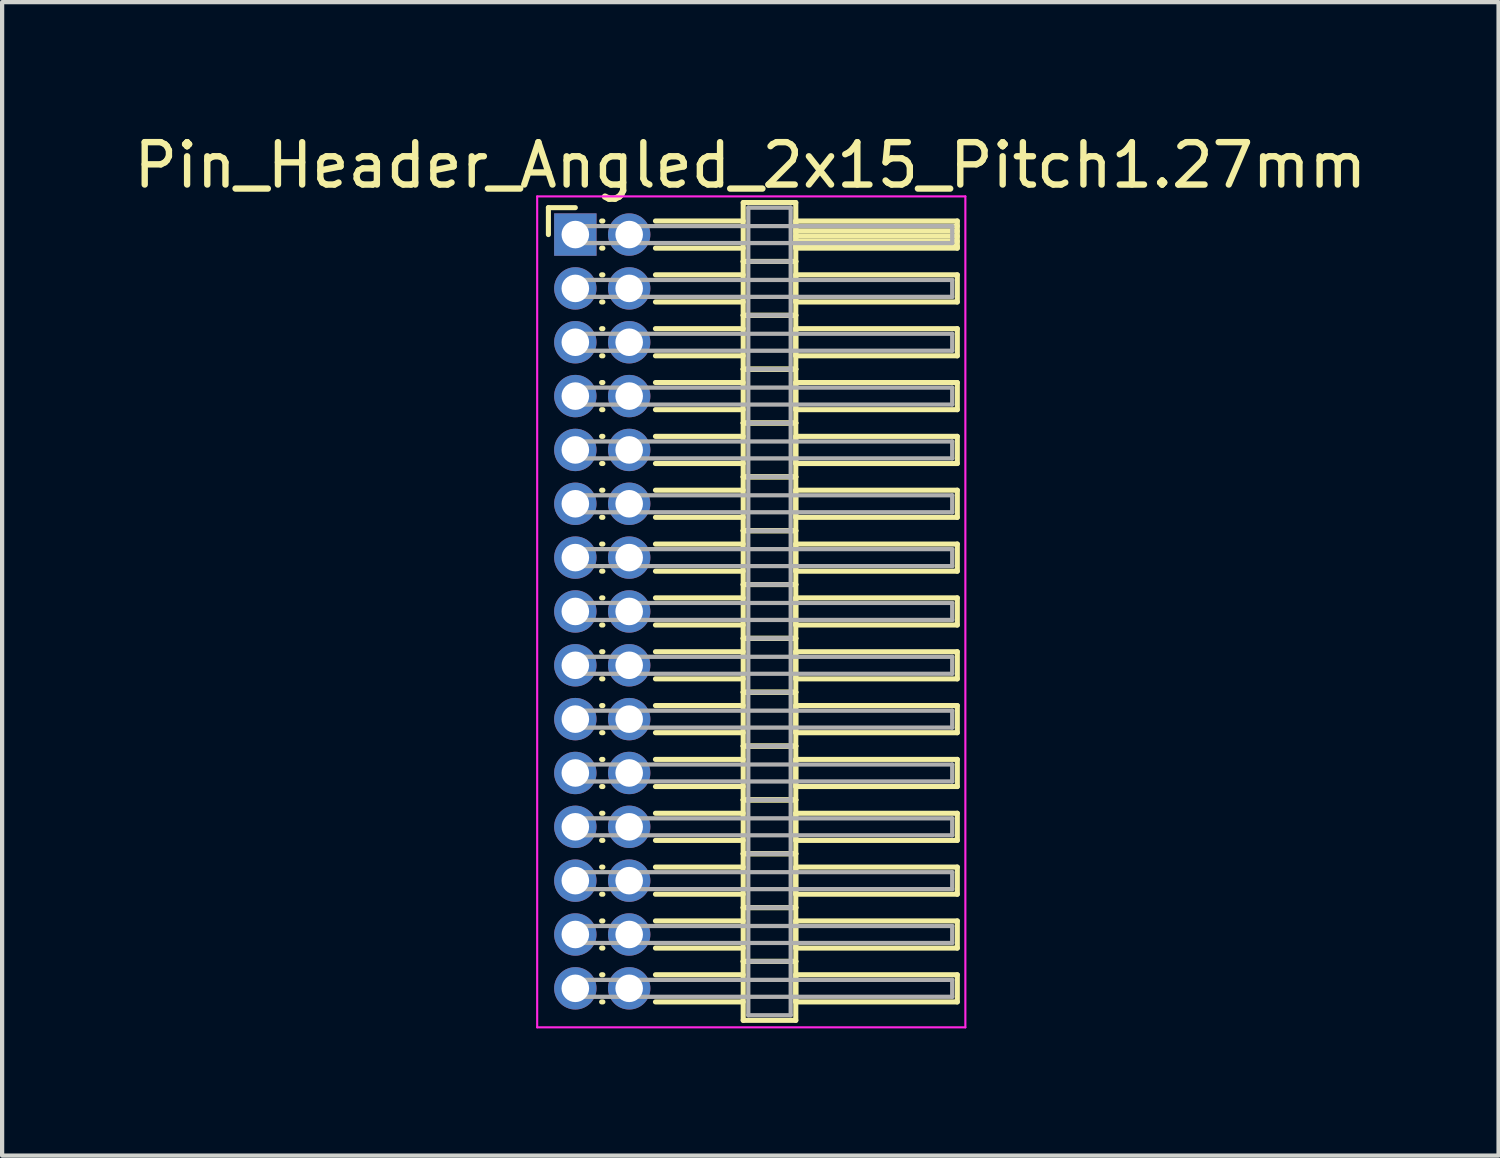
<source format=kicad_pcb>
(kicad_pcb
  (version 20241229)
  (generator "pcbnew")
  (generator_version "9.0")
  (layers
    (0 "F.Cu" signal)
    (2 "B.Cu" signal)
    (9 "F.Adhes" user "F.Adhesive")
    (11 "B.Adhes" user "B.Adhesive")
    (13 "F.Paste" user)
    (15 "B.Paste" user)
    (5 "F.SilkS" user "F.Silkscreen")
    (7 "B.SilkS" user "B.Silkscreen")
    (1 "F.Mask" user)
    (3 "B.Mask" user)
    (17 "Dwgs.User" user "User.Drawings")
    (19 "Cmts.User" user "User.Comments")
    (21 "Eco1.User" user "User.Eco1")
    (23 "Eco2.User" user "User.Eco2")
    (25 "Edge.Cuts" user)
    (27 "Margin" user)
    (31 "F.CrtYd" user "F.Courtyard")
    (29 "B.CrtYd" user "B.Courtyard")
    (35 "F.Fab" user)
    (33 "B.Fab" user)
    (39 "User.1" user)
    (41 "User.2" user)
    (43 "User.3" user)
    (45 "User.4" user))
  (footprint "Pin_Header_Angled_2x15_Pitch1.27mm"
    (layer "F.Cu")
    (at 10.521 2.483)
    (property "Reference" "Pin_Header_Angled_2x15_Pitch1.27mm" (at 4.128 -1.635 0) (layer "F.SilkS") (effects (font (size 1 1) (thickness 0.15))))
    (attr through_hole)
    (fp_line (start -0.635 -0.635) (end 0 -0.635) (stroke (width 0.12) (type solid)) (layer "F.SilkS"))
    (fp_line (start -0.635 0) (end -0.635 -0.635) (stroke (width 0.12) (type solid)) (layer "F.SilkS"))
    (fp_line (start 0.62 -0.32) (end 0.65 -0.32) (stroke (width 0.12) (type solid)) (layer "F.SilkS"))
    (fp_line (start 0.62 0.32) (end 0.65 0.32) (stroke (width 0.12) (type solid)) (layer "F.SilkS"))
    (fp_line (start 0.62 0.95) (end 0.65 0.95) (stroke (width 0.12) (type solid)) (layer "F.SilkS"))
    (fp_line (start 0.62 1.59) (end 0.65 1.59) (stroke (width 0.12) (type solid)) (layer "F.SilkS"))
    (fp_line (start 0.62 2.22) (end 0.65 2.22) (stroke (width 0.12) (type solid)) (layer "F.SilkS"))
    (fp_line (start 0.62 2.86) (end 0.65 2.86) (stroke (width 0.12) (type solid)) (layer "F.SilkS"))
    (fp_line (start 0.62 3.49) (end 0.65 3.49) (stroke (width 0.12) (type solid)) (layer "F.SilkS"))
    (fp_line (start 0.62 4.13) (end 0.65 4.13) (stroke (width 0.12) (type solid)) (layer "F.SilkS"))
    (fp_line (start 0.62 4.76) (end 0.65 4.76) (stroke (width 0.12) (type solid)) (layer "F.SilkS"))
    (fp_line (start 0.62 5.4) (end 0.65 5.4) (stroke (width 0.12) (type solid)) (layer "F.SilkS"))
    (fp_line (start 0.62 6.03) (end 0.65 6.03) (stroke (width 0.12) (type solid)) (layer "F.SilkS"))
    (fp_line (start 0.62 6.67) (end 0.65 6.67) (stroke (width 0.12) (type solid)) (layer "F.SilkS"))
    (fp_line (start 0.62 7.3) (end 0.65 7.3) (stroke (width 0.12) (type solid)) (layer "F.SilkS"))
    (fp_line (start 0.62 7.94) (end 0.65 7.94) (stroke (width 0.12) (type solid)) (layer "F.SilkS"))
    (fp_line (start 0.62 8.57) (end 0.65 8.57) (stroke (width 0.12) (type solid)) (layer "F.SilkS"))
    (fp_line (start 0.62 9.21) (end 0.65 9.21) (stroke (width 0.12) (type solid)) (layer "F.SilkS"))
    (fp_line (start 0.62 9.84) (end 0.65 9.84) (stroke (width 0.12) (type solid)) (layer "F.SilkS"))
    (fp_line (start 0.62 10.48) (end 0.65 10.48) (stroke (width 0.12) (type solid)) (layer "F.SilkS"))
    (fp_line (start 0.62 11.11) (end 0.65 11.11) (stroke (width 0.12) (type solid)) (layer "F.SilkS"))
    (fp_line (start 0.62 11.75) (end 0.65 11.75) (stroke (width 0.12) (type solid)) (layer "F.SilkS"))
    (fp_line (start 0.62 12.38) (end 0.65 12.38) (stroke (width 0.12) (type solid)) (layer "F.SilkS"))
    (fp_line (start 0.62 13.02) (end 0.65 13.02) (stroke (width 0.12) (type solid)) (layer "F.SilkS"))
    (fp_line (start 0.62 13.65) (end 0.65 13.65) (stroke (width 0.12) (type solid)) (layer "F.SilkS"))
    (fp_line (start 0.62 14.29) (end 0.65 14.29) (stroke (width 0.12) (type solid)) (layer "F.SilkS"))
    (fp_line (start 0.62 14.92) (end 0.65 14.92) (stroke (width 0.12) (type solid)) (layer "F.SilkS"))
    (fp_line (start 0.62 15.56) (end 0.65 15.56) (stroke (width 0.12) (type solid)) (layer "F.SilkS"))
    (fp_line (start 0.62 16.19) (end 0.65 16.19) (stroke (width 0.12) (type solid)) (layer "F.SilkS"))
    (fp_line (start 0.62 16.83) (end 0.65 16.83) (stroke (width 0.12) (type solid)) (layer "F.SilkS"))
    (fp_line (start 0.62 17.46) (end 0.65 17.46) (stroke (width 0.12) (type solid)) (layer "F.SilkS"))
    (fp_line (start 0.62 18.1) (end 0.65 18.1) (stroke (width 0.12) (type solid)) (layer "F.SilkS"))
    (fp_line (start 1.89 -0.32) (end 3.96 -0.32) (stroke (width 0.12) (type solid)) (layer "F.SilkS"))
    (fp_line (start 1.89 0.32) (end 3.96 0.32) (stroke (width 0.12) (type solid)) (layer "F.SilkS"))
    (fp_line (start 1.89 0.95) (end 3.96 0.95) (stroke (width 0.12) (type solid)) (layer "F.SilkS"))
    (fp_line (start 1.89 1.59) (end 3.96 1.59) (stroke (width 0.12) (type solid)) (layer "F.SilkS"))
    (fp_line (start 1.89 2.22) (end 3.96 2.22) (stroke (width 0.12) (type solid)) (layer "F.SilkS"))
    (fp_line (start 1.89 2.86) (end 3.96 2.86) (stroke (width 0.12) (type solid)) (layer "F.SilkS"))
    (fp_line (start 1.89 3.49) (end 3.96 3.49) (stroke (width 0.12) (type solid)) (layer "F.SilkS"))
    (fp_line (start 1.89 4.13) (end 3.96 4.13) (stroke (width 0.12) (type solid)) (layer "F.SilkS"))
    (fp_line (start 1.89 4.76) (end 3.96 4.76) (stroke (width 0.12) (type solid)) (layer "F.SilkS"))
    (fp_line (start 1.89 5.4) (end 3.96 5.4) (stroke (width 0.12) (type solid)) (layer "F.SilkS"))
    (fp_line (start 1.89 6.03) (end 3.96 6.03) (stroke (width 0.12) (type solid)) (layer "F.SilkS"))
    (fp_line (start 1.89 6.67) (end 3.96 6.67) (stroke (width 0.12) (type solid)) (layer "F.SilkS"))
    (fp_line (start 1.89 7.3) (end 3.96 7.3) (stroke (width 0.12) (type solid)) (layer "F.SilkS"))
    (fp_line (start 1.89 7.94) (end 3.96 7.94) (stroke (width 0.12) (type solid)) (layer "F.SilkS"))
    (fp_line (start 1.89 8.57) (end 3.96 8.57) (stroke (width 0.12) (type solid)) (layer "F.SilkS"))
    (fp_line (start 1.89 9.21) (end 3.96 9.21) (stroke (width 0.12) (type solid)) (layer "F.SilkS"))
    (fp_line (start 1.89 9.84) (end 3.96 9.84) (stroke (width 0.12) (type solid)) (layer "F.SilkS"))
    (fp_line (start 1.89 10.48) (end 3.96 10.48) (stroke (width 0.12) (type solid)) (layer "F.SilkS"))
    (fp_line (start 1.89 11.11) (end 3.96 11.11) (stroke (width 0.12) (type solid)) (layer "F.SilkS"))
    (fp_line (start 1.89 11.75) (end 3.96 11.75) (stroke (width 0.12) (type solid)) (layer "F.SilkS"))
    (fp_line (start 1.89 12.38) (end 3.96 12.38) (stroke (width 0.12) (type solid)) (layer "F.SilkS"))
    (fp_line (start 1.89 13.02) (end 3.96 13.02) (stroke (width 0.12) (type solid)) (layer "F.SilkS"))
    (fp_line (start 1.89 13.65) (end 3.96 13.65) (stroke (width 0.12) (type solid)) (layer "F.SilkS"))
    (fp_line (start 1.89 14.29) (end 3.96 14.29) (stroke (width 0.12) (type solid)) (layer "F.SilkS"))
    (fp_line (start 1.89 14.92) (end 3.96 14.92) (stroke (width 0.12) (type solid)) (layer "F.SilkS"))
    (fp_line (start 1.89 15.56) (end 3.96 15.56) (stroke (width 0.12) (type solid)) (layer "F.SilkS"))
    (fp_line (start 1.89 16.19) (end 3.96 16.19) (stroke (width 0.12) (type solid)) (layer "F.SilkS"))
    (fp_line (start 1.89 16.83) (end 3.96 16.83) (stroke (width 0.12) (type solid)) (layer "F.SilkS"))
    (fp_line (start 1.89 17.46) (end 3.96 17.46) (stroke (width 0.12) (type solid)) (layer "F.SilkS"))
    (fp_line (start 1.89 18.1) (end 3.96 18.1) (stroke (width 0.12) (type solid)) (layer "F.SilkS"))
    (fp_line (start 3.96 -0.755) (end 3.96 0.635) (stroke (width 0.12) (type solid)) (layer "F.SilkS"))
    (fp_line (start 3.96 0.635) (end 3.96 1.905) (stroke (width 0.12) (type solid)) (layer "F.SilkS"))
    (fp_line (start 3.96 0.635) (end 5.2 0.635) (stroke (width 0.12) (type solid)) (layer "F.SilkS"))
    (fp_line (start 3.96 1.905) (end 3.96 3.175) (stroke (width 0.12) (type solid)) (layer "F.SilkS"))
    (fp_line (start 3.96 1.905) (end 5.2 1.905) (stroke (width 0.12) (type solid)) (layer "F.SilkS"))
    (fp_line (start 3.96 3.175) (end 3.96 4.445) (stroke (width 0.12) (type solid)) (layer "F.SilkS"))
    (fp_line (start 3.96 3.175) (end 5.2 3.175) (stroke (width 0.12) (type solid)) (layer "F.SilkS"))
    (fp_line (start 3.96 4.445) (end 3.96 5.715) (stroke (width 0.12) (type solid)) (layer "F.SilkS"))
    (fp_line (start 3.96 4.445) (end 5.2 4.445) (stroke (width 0.12) (type solid)) (layer "F.SilkS"))
    (fp_line (start 3.96 5.715) (end 3.96 6.985) (stroke (width 0.12) (type solid)) (layer "F.SilkS"))
    (fp_line (start 3.96 5.715) (end 5.2 5.715) (stroke (width 0.12) (type solid)) (layer "F.SilkS"))
    (fp_line (start 3.96 6.985) (end 3.96 8.255) (stroke (width 0.12) (type solid)) (layer "F.SilkS"))
    (fp_line (start 3.96 6.985) (end 5.2 6.985) (stroke (width 0.12) (type solid)) (layer "F.SilkS"))
    (fp_line (start 3.96 8.255) (end 3.96 9.525) (stroke (width 0.12) (type solid)) (layer "F.SilkS"))
    (fp_line (start 3.96 8.255) (end 5.2 8.255) (stroke (width 0.12) (type solid)) (layer "F.SilkS"))
    (fp_line (start 3.96 9.525) (end 3.96 10.795) (stroke (width 0.12) (type solid)) (layer "F.SilkS"))
    (fp_line (start 3.96 9.525) (end 5.2 9.525) (stroke (width 0.12) (type solid)) (layer "F.SilkS"))
    (fp_line (start 3.96 10.795) (end 3.96 12.065) (stroke (width 0.12) (type solid)) (layer "F.SilkS"))
    (fp_line (start 3.96 10.795) (end 5.2 10.795) (stroke (width 0.12) (type solid)) (layer "F.SilkS"))
    (fp_line (start 3.96 12.065) (end 3.96 13.335) (stroke (width 0.12) (type solid)) (layer "F.SilkS"))
    (fp_line (start 3.96 12.065) (end 5.2 12.065) (stroke (width 0.12) (type solid)) (layer "F.SilkS"))
    (fp_line (start 3.96 13.335) (end 3.96 14.605) (stroke (width 0.12) (type solid)) (layer "F.SilkS"))
    (fp_line (start 3.96 13.335) (end 5.2 13.335) (stroke (width 0.12) (type solid)) (layer "F.SilkS"))
    (fp_line (start 3.96 14.605) (end 3.96 15.875) (stroke (width 0.12) (type solid)) (layer "F.SilkS"))
    (fp_line (start 3.96 14.605) (end 5.2 14.605) (stroke (width 0.12) (type solid)) (layer "F.SilkS"))
    (fp_line (start 3.96 15.875) (end 3.96 17.145) (stroke (width 0.12) (type solid)) (layer "F.SilkS"))
    (fp_line (start 3.96 15.875) (end 5.2 15.875) (stroke (width 0.12) (type solid)) (layer "F.SilkS"))
    (fp_line (start 3.96 17.145) (end 3.96 18.535) (stroke (width 0.12) (type solid)) (layer "F.SilkS"))
    (fp_line (start 3.96 17.145) (end 5.2 17.145) (stroke (width 0.12) (type solid)) (layer "F.SilkS"))
    (fp_line (start 3.96 18.535) (end 5.2 18.535) (stroke (width 0.12) (type solid)) (layer "F.SilkS"))
    (fp_line (start 5.2 -0.755) (end 3.96 -0.755) (stroke (width 0.12) (type solid)) (layer "F.SilkS"))
    (fp_line (start 5.2 -0.32) (end 5.2 0.32) (stroke (width 0.12) (type solid)) (layer "F.SilkS"))
    (fp_line (start 5.2 -0.2) (end 9.01 -0.2) (stroke (width 0.12) (type solid)) (layer "F.SilkS"))
    (fp_line (start 5.2 -0.08) (end 9.01 -0.08) (stroke (width 0.12) (type solid)) (layer "F.SilkS"))
    (fp_line (start 5.2 0.04) (end 9.01 0.04) (stroke (width 0.12) (type solid)) (layer "F.SilkS"))
    (fp_line (start 5.2 0.16) (end 9.01 0.16) (stroke (width 0.12) (type solid)) (layer "F.SilkS"))
    (fp_line (start 5.2 0.28) (end 9.01 0.28) (stroke (width 0.12) (type solid)) (layer "F.SilkS"))
    (fp_line (start 5.2 0.32) (end 9.01 0.32) (stroke (width 0.12) (type solid)) (layer "F.SilkS"))
    (fp_line (start 5.2 0.635) (end 3.96 0.635) (stroke (width 0.12) (type solid)) (layer "F.SilkS"))
    (fp_line (start 5.2 0.635) (end 5.2 -0.755) (stroke (width 0.12) (type solid)) (layer "F.SilkS"))
    (fp_line (start 5.2 0.95) (end 5.2 1.59) (stroke (width 0.12) (type solid)) (layer "F.SilkS"))
    (fp_line (start 5.2 1.59) (end 9.01 1.59) (stroke (width 0.12) (type solid)) (layer "F.SilkS"))
    (fp_line (start 5.2 1.905) (end 3.96 1.905) (stroke (width 0.12) (type solid)) (layer "F.SilkS"))
    (fp_line (start 5.2 1.905) (end 5.2 0.635) (stroke (width 0.12) (type solid)) (layer "F.SilkS"))
    (fp_line (start 5.2 2.22) (end 5.2 2.86) (stroke (width 0.12) (type solid)) (layer "F.SilkS"))
    (fp_line (start 5.2 2.86) (end 9.01 2.86) (stroke (width 0.12) (type solid)) (layer "F.SilkS"))
    (fp_line (start 5.2 3.175) (end 3.96 3.175) (stroke (width 0.12) (type solid)) (layer "F.SilkS"))
    (fp_line (start 5.2 3.175) (end 5.2 1.905) (stroke (width 0.12) (type solid)) (layer "F.SilkS"))
    (fp_line (start 5.2 3.49) (end 5.2 4.13) (stroke (width 0.12) (type solid)) (layer "F.SilkS"))
    (fp_line (start 5.2 4.13) (end 9.01 4.13) (stroke (width 0.12) (type solid)) (layer "F.SilkS"))
    (fp_line (start 5.2 4.445) (end 3.96 4.445) (stroke (width 0.12) (type solid)) (layer "F.SilkS"))
    (fp_line (start 5.2 4.445) (end 5.2 3.175) (stroke (width 0.12) (type solid)) (layer "F.SilkS"))
    (fp_line (start 5.2 4.76) (end 5.2 5.4) (stroke (width 0.12) (type solid)) (layer "F.SilkS"))
    (fp_line (start 5.2 5.4) (end 9.01 5.4) (stroke (width 0.12) (type solid)) (layer "F.SilkS"))
    (fp_line (start 5.2 5.715) (end 3.96 5.715) (stroke (width 0.12) (type solid)) (layer "F.SilkS"))
    (fp_line (start 5.2 5.715) (end 5.2 4.445) (stroke (width 0.12) (type solid)) (layer "F.SilkS"))
    (fp_line (start 5.2 6.03) (end 5.2 6.67) (stroke (width 0.12) (type solid)) (layer "F.SilkS"))
    (fp_line (start 5.2 6.67) (end 9.01 6.67) (stroke (width 0.12) (type solid)) (layer "F.SilkS"))
    (fp_line (start 5.2 6.985) (end 3.96 6.985) (stroke (width 0.12) (type solid)) (layer "F.SilkS"))
    (fp_line (start 5.2 6.985) (end 5.2 5.715) (stroke (width 0.12) (type solid)) (layer "F.SilkS"))
    (fp_line (start 5.2 7.3) (end 5.2 7.94) (stroke (width 0.12) (type solid)) (layer "F.SilkS"))
    (fp_line (start 5.2 7.94) (end 9.01 7.94) (stroke (width 0.12) (type solid)) (layer "F.SilkS"))
    (fp_line (start 5.2 8.255) (end 3.96 8.255) (stroke (width 0.12) (type solid)) (layer "F.SilkS"))
    (fp_line (start 5.2 8.255) (end 5.2 6.985) (stroke (width 0.12) (type solid)) (layer "F.SilkS"))
    (fp_line (start 5.2 8.57) (end 5.2 9.21) (stroke (width 0.12) (type solid)) (layer "F.SilkS"))
    (fp_line (start 5.2 9.21) (end 9.01 9.21) (stroke (width 0.12) (type solid)) (layer "F.SilkS"))
    (fp_line (start 5.2 9.525) (end 3.96 9.525) (stroke (width 0.12) (type solid)) (layer "F.SilkS"))
    (fp_line (start 5.2 9.525) (end 5.2 8.255) (stroke (width 0.12) (type solid)) (layer "F.SilkS"))
    (fp_line (start 5.2 9.84) (end 5.2 10.48) (stroke (width 0.12) (type solid)) (layer "F.SilkS"))
    (fp_line (start 5.2 10.48) (end 9.01 10.48) (stroke (width 0.12) (type solid)) (layer "F.SilkS"))
    (fp_line (start 5.2 10.795) (end 3.96 10.795) (stroke (width 0.12) (type solid)) (layer "F.SilkS"))
    (fp_line (start 5.2 10.795) (end 5.2 9.525) (stroke (width 0.12) (type solid)) (layer "F.SilkS"))
    (fp_line (start 5.2 11.11) (end 5.2 11.75) (stroke (width 0.12) (type solid)) (layer "F.SilkS"))
    (fp_line (start 5.2 11.75) (end 9.01 11.75) (stroke (width 0.12) (type solid)) (layer "F.SilkS"))
    (fp_line (start 5.2 12.065) (end 3.96 12.065) (stroke (width 0.12) (type solid)) (layer "F.SilkS"))
    (fp_line (start 5.2 12.065) (end 5.2 10.795) (stroke (width 0.12) (type solid)) (layer "F.SilkS"))
    (fp_line (start 5.2 12.38) (end 5.2 13.02) (stroke (width 0.12) (type solid)) (layer "F.SilkS"))
    (fp_line (start 5.2 13.02) (end 9.01 13.02) (stroke (width 0.12) (type solid)) (layer "F.SilkS"))
    (fp_line (start 5.2 13.335) (end 3.96 13.335) (stroke (width 0.12) (type solid)) (layer "F.SilkS"))
    (fp_line (start 5.2 13.335) (end 5.2 12.065) (stroke (width 0.12) (type solid)) (layer "F.SilkS"))
    (fp_line (start 5.2 13.65) (end 5.2 14.29) (stroke (width 0.12) (type solid)) (layer "F.SilkS"))
    (fp_line (start 5.2 14.29) (end 9.01 14.29) (stroke (width 0.12) (type solid)) (layer "F.SilkS"))
    (fp_line (start 5.2 14.605) (end 3.96 14.605) (stroke (width 0.12) (type solid)) (layer "F.SilkS"))
    (fp_line (start 5.2 14.605) (end 5.2 13.335) (stroke (width 0.12) (type solid)) (layer "F.SilkS"))
    (fp_line (start 5.2 14.92) (end 5.2 15.56) (stroke (width 0.12) (type solid)) (layer "F.SilkS"))
    (fp_line (start 5.2 15.56) (end 9.01 15.56) (stroke (width 0.12) (type solid)) (layer "F.SilkS"))
    (fp_line (start 5.2 15.875) (end 3.96 15.875) (stroke (width 0.12) (type solid)) (layer "F.SilkS"))
    (fp_line (start 5.2 15.875) (end 5.2 14.605) (stroke (width 0.12) (type solid)) (layer "F.SilkS"))
    (fp_line (start 5.2 16.19) (end 5.2 16.83) (stroke (width 0.12) (type solid)) (layer "F.SilkS"))
    (fp_line (start 5.2 16.83) (end 9.01 16.83) (stroke (width 0.12) (type solid)) (layer "F.SilkS"))
    (fp_line (start 5.2 17.145) (end 3.96 17.145) (stroke (width 0.12) (type solid)) (layer "F.SilkS"))
    (fp_line (start 5.2 17.145) (end 5.2 15.875) (stroke (width 0.12) (type solid)) (layer "F.SilkS"))
    (fp_line (start 5.2 17.46) (end 5.2 18.1) (stroke (width 0.12) (type solid)) (layer "F.SilkS"))
    (fp_line (start 5.2 18.1) (end 9.01 18.1) (stroke (width 0.12) (type solid)) (layer "F.SilkS"))
    (fp_line (start 5.2 18.535) (end 5.2 17.145) (stroke (width 0.12) (type solid)) (layer "F.SilkS"))
    (fp_line (start 9.01 -0.32) (end 5.2 -0.32) (stroke (width 0.12) (type solid)) (layer "F.SilkS"))
    (fp_line (start 9.01 0.32) (end 9.01 -0.32) (stroke (width 0.12) (type solid)) (layer "F.SilkS"))
    (fp_line (start 9.01 0.95) (end 5.2 0.95) (stroke (width 0.12) (type solid)) (layer "F.SilkS"))
    (fp_line (start 9.01 1.59) (end 9.01 0.95) (stroke (width 0.12) (type solid)) (layer "F.SilkS"))
    (fp_line (start 9.01 2.22) (end 5.2 2.22) (stroke (width 0.12) (type solid)) (layer "F.SilkS"))
    (fp_line (start 9.01 2.86) (end 9.01 2.22) (stroke (width 0.12) (type solid)) (layer "F.SilkS"))
    (fp_line (start 9.01 3.49) (end 5.2 3.49) (stroke (width 0.12) (type solid)) (layer "F.SilkS"))
    (fp_line (start 9.01 4.13) (end 9.01 3.49) (stroke (width 0.12) (type solid)) (layer "F.SilkS"))
    (fp_line (start 9.01 4.76) (end 5.2 4.76) (stroke (width 0.12) (type solid)) (layer "F.SilkS"))
    (fp_line (start 9.01 5.4) (end 9.01 4.76) (stroke (width 0.12) (type solid)) (layer "F.SilkS"))
    (fp_line (start 9.01 6.03) (end 5.2 6.03) (stroke (width 0.12) (type solid)) (layer "F.SilkS"))
    (fp_line (start 9.01 6.67) (end 9.01 6.03) (stroke (width 0.12) (type solid)) (layer "F.SilkS"))
    (fp_line (start 9.01 7.3) (end 5.2 7.3) (stroke (width 0.12) (type solid)) (layer "F.SilkS"))
    (fp_line (start 9.01 7.94) (end 9.01 7.3) (stroke (width 0.12) (type solid)) (layer "F.SilkS"))
    (fp_line (start 9.01 8.57) (end 5.2 8.57) (stroke (width 0.12) (type solid)) (layer "F.SilkS"))
    (fp_line (start 9.01 9.21) (end 9.01 8.57) (stroke (width 0.12) (type solid)) (layer "F.SilkS"))
    (fp_line (start 9.01 9.84) (end 5.2 9.84) (stroke (width 0.12) (type solid)) (layer "F.SilkS"))
    (fp_line (start 9.01 10.48) (end 9.01 9.84) (stroke (width 0.12) (type solid)) (layer "F.SilkS"))
    (fp_line (start 9.01 11.11) (end 5.2 11.11) (stroke (width 0.12) (type solid)) (layer "F.SilkS"))
    (fp_line (start 9.01 11.75) (end 9.01 11.11) (stroke (width 0.12) (type solid)) (layer "F.SilkS"))
    (fp_line (start 9.01 12.38) (end 5.2 12.38) (stroke (width 0.12) (type solid)) (layer "F.SilkS"))
    (fp_line (start 9.01 13.02) (end 9.01 12.38) (stroke (width 0.12) (type solid)) (layer "F.SilkS"))
    (fp_line (start 9.01 13.65) (end 5.2 13.65) (stroke (width 0.12) (type solid)) (layer "F.SilkS"))
    (fp_line (start 9.01 14.29) (end 9.01 13.65) (stroke (width 0.12) (type solid)) (layer "F.SilkS"))
    (fp_line (start 9.01 14.92) (end 5.2 14.92) (stroke (width 0.12) (type solid)) (layer "F.SilkS"))
    (fp_line (start 9.01 15.56) (end 9.01 14.92) (stroke (width 0.12) (type solid)) (layer "F.SilkS"))
    (fp_line (start 9.01 16.19) (end 5.2 16.19) (stroke (width 0.12) (type solid)) (layer "F.SilkS"))
    (fp_line (start 9.01 16.83) (end 9.01 16.19) (stroke (width 0.12) (type solid)) (layer "F.SilkS"))
    (fp_line (start 9.01 17.46) (end 5.2 17.46) (stroke (width 0.12) (type solid)) (layer "F.SilkS"))
    (fp_line (start 9.01 18.1) (end 9.01 17.46) (stroke (width 0.12) (type solid)) (layer "F.SilkS"))
    (fp_line (start -0.9 -0.9) (end -0.9 18.7) (stroke (width 0.05) (type solid)) (layer "F.CrtYd"))
    (fp_line (start -0.9 18.7) (end 9.2 18.7) (stroke (width 0.05) (type solid)) (layer "F.CrtYd"))
    (fp_line (start 9.2 -0.9) (end -0.9 -0.9) (stroke (width 0.05) (type solid)) (layer "F.CrtYd"))
    (fp_line (start 9.2 18.7) (end 9.2 -0.9) (stroke (width 0.05) (type solid)) (layer "F.CrtYd"))
    (fp_line (start 0 -0.2) (end 0 0.2) (stroke (width 0.1) (type solid)) (layer "F.Fab"))
    (fp_line (start 0 0.2) (end 8.89 0.2) (stroke (width 0.1) (type solid)) (layer "F.Fab"))
    (fp_line (start 0 1.07) (end 0 1.47) (stroke (width 0.1) (type solid)) (layer "F.Fab"))
    (fp_line (start 0 1.47) (end 8.89 1.47) (stroke (width 0.1) (type solid)) (layer "F.Fab"))
    (fp_line (start 0 2.34) (end 0 2.74) (stroke (width 0.1) (type solid)) (layer "F.Fab"))
    (fp_line (start 0 2.74) (end 8.89 2.74) (stroke (width 0.1) (type solid)) (layer "F.Fab"))
    (fp_line (start 0 3.61) (end 0 4.01) (stroke (width 0.1) (type solid)) (layer "F.Fab"))
    (fp_line (start 0 4.01) (end 8.89 4.01) (stroke (width 0.1) (type solid)) (layer "F.Fab"))
    (fp_line (start 0 4.88) (end 0 5.28) (stroke (width 0.1) (type solid)) (layer "F.Fab"))
    (fp_line (start 0 5.28) (end 8.89 5.28) (stroke (width 0.1) (type solid)) (layer "F.Fab"))
    (fp_line (start 0 6.15) (end 0 6.55) (stroke (width 0.1) (type solid)) (layer "F.Fab"))
    (fp_line (start 0 6.55) (end 8.89 6.55) (stroke (width 0.1) (type solid)) (layer "F.Fab"))
    (fp_line (start 0 7.42) (end 0 7.82) (stroke (width 0.1) (type solid)) (layer "F.Fab"))
    (fp_line (start 0 7.82) (end 8.89 7.82) (stroke (width 0.1) (type solid)) (layer "F.Fab"))
    (fp_line (start 0 8.69) (end 0 9.09) (stroke (width 0.1) (type solid)) (layer "F.Fab"))
    (fp_line (start 0 9.09) (end 8.89 9.09) (stroke (width 0.1) (type solid)) (layer "F.Fab"))
    (fp_line (start 0 9.96) (end 0 10.36) (stroke (width 0.1) (type solid)) (layer "F.Fab"))
    (fp_line (start 0 10.36) (end 8.89 10.36) (stroke (width 0.1) (type solid)) (layer "F.Fab"))
    (fp_line (start 0 11.23) (end 0 11.63) (stroke (width 0.1) (type solid)) (layer "F.Fab"))
    (fp_line (start 0 11.63) (end 8.89 11.63) (stroke (width 0.1) (type solid)) (layer "F.Fab"))
    (fp_line (start 0 12.5) (end 0 12.9) (stroke (width 0.1) (type solid)) (layer "F.Fab"))
    (fp_line (start 0 12.9) (end 8.89 12.9) (stroke (width 0.1) (type solid)) (layer "F.Fab"))
    (fp_line (start 0 13.77) (end 0 14.17) (stroke (width 0.1) (type solid)) (layer "F.Fab"))
    (fp_line (start 0 14.17) (end 8.89 14.17) (stroke (width 0.1) (type solid)) (layer "F.Fab"))
    (fp_line (start 0 15.04) (end 0 15.44) (stroke (width 0.1) (type solid)) (layer "F.Fab"))
    (fp_line (start 0 15.44) (end 8.89 15.44) (stroke (width 0.1) (type solid)) (layer "F.Fab"))
    (fp_line (start 0 16.31) (end 0 16.71) (stroke (width 0.1) (type solid)) (layer "F.Fab"))
    (fp_line (start 0 16.71) (end 8.89 16.71) (stroke (width 0.1) (type solid)) (layer "F.Fab"))
    (fp_line (start 0 17.58) (end 0 17.98) (stroke (width 0.1) (type solid)) (layer "F.Fab"))
    (fp_line (start 0 17.98) (end 8.89 17.98) (stroke (width 0.1) (type solid)) (layer "F.Fab"))
    (fp_line (start 4.08 -0.635) (end 4.08 0.635) (stroke (width 0.1) (type solid)) (layer "F.Fab"))
    (fp_line (start 4.08 0.635) (end 4.08 1.905) (stroke (width 0.1) (type solid)) (layer "F.Fab"))
    (fp_line (start 4.08 0.635) (end 5.08 0.635) (stroke (width 0.1) (type solid)) (layer "F.Fab"))
    (fp_line (start 4.08 1.905) (end 4.08 3.175) (stroke (width 0.1) (type solid)) (layer "F.Fab"))
    (fp_line (start 4.08 1.905) (end 5.08 1.905) (stroke (width 0.1) (type solid)) (layer "F.Fab"))
    (fp_line (start 4.08 3.175) (end 4.08 4.445) (stroke (width 0.1) (type solid)) (layer "F.Fab"))
    (fp_line (start 4.08 3.175) (end 5.08 3.175) (stroke (width 0.1) (type solid)) (layer "F.Fab"))
    (fp_line (start 4.08 4.445) (end 4.08 5.715) (stroke (width 0.1) (type solid)) (layer "F.Fab"))
    (fp_line (start 4.08 4.445) (end 5.08 4.445) (stroke (width 0.1) (type solid)) (layer "F.Fab"))
    (fp_line (start 4.08 5.715) (end 4.08 6.985) (stroke (width 0.1) (type solid)) (layer "F.Fab"))
    (fp_line (start 4.08 5.715) (end 5.08 5.715) (stroke (width 0.1) (type solid)) (layer "F.Fab"))
    (fp_line (start 4.08 6.985) (end 4.08 8.255) (stroke (width 0.1) (type solid)) (layer "F.Fab"))
    (fp_line (start 4.08 6.985) (end 5.08 6.985) (stroke (width 0.1) (type solid)) (layer "F.Fab"))
    (fp_line (start 4.08 8.255) (end 4.08 9.525) (stroke (width 0.1) (type solid)) (layer "F.Fab"))
    (fp_line (start 4.08 8.255) (end 5.08 8.255) (stroke (width 0.1) (type solid)) (layer "F.Fab"))
    (fp_line (start 4.08 9.525) (end 4.08 10.795) (stroke (width 0.1) (type solid)) (layer "F.Fab"))
    (fp_line (start 4.08 9.525) (end 5.08 9.525) (stroke (width 0.1) (type solid)) (layer "F.Fab"))
    (fp_line (start 4.08 10.795) (end 4.08 12.065) (stroke (width 0.1) (type solid)) (layer "F.Fab"))
    (fp_line (start 4.08 10.795) (end 5.08 10.795) (stroke (width 0.1) (type solid)) (layer "F.Fab"))
    (fp_line (start 4.08 12.065) (end 4.08 13.335) (stroke (width 0.1) (type solid)) (layer "F.Fab"))
    (fp_line (start 4.08 12.065) (end 5.08 12.065) (stroke (width 0.1) (type solid)) (layer "F.Fab"))
    (fp_line (start 4.08 13.335) (end 4.08 14.605) (stroke (width 0.1) (type solid)) (layer "F.Fab"))
    (fp_line (start 4.08 13.335) (end 5.08 13.335) (stroke (width 0.1) (type solid)) (layer "F.Fab"))
    (fp_line (start 4.08 14.605) (end 4.08 15.875) (stroke (width 0.1) (type solid)) (layer "F.Fab"))
    (fp_line (start 4.08 14.605) (end 5.08 14.605) (stroke (width 0.1) (type solid)) (layer "F.Fab"))
    (fp_line (start 4.08 15.875) (end 4.08 17.145) (stroke (width 0.1) (type solid)) (layer "F.Fab"))
    (fp_line (start 4.08 15.875) (end 5.08 15.875) (stroke (width 0.1) (type solid)) (layer "F.Fab"))
    (fp_line (start 4.08 17.145) (end 4.08 18.415) (stroke (width 0.1) (type solid)) (layer "F.Fab"))
    (fp_line (start 4.08 17.145) (end 5.08 17.145) (stroke (width 0.1) (type solid)) (layer "F.Fab"))
    (fp_line (start 4.08 18.415) (end 5.08 18.415) (stroke (width 0.1) (type solid)) (layer "F.Fab"))
    (fp_line (start 5.08 -0.635) (end 4.08 -0.635) (stroke (width 0.1) (type solid)) (layer "F.Fab"))
    (fp_line (start 5.08 0.635) (end 4.08 0.635) (stroke (width 0.1) (type solid)) (layer "F.Fab"))
    (fp_line (start 5.08 0.635) (end 5.08 -0.635) (stroke (width 0.1) (type solid)) (layer "F.Fab"))
    (fp_line (start 5.08 1.905) (end 4.08 1.905) (stroke (width 0.1) (type solid)) (layer "F.Fab"))
    (fp_line (start 5.08 1.905) (end 5.08 0.635) (stroke (width 0.1) (type solid)) (layer "F.Fab"))
    (fp_line (start 5.08 3.175) (end 4.08 3.175) (stroke (width 0.1) (type solid)) (layer "F.Fab"))
    (fp_line (start 5.08 3.175) (end 5.08 1.905) (stroke (width 0.1) (type solid)) (layer "F.Fab"))
    (fp_line (start 5.08 4.445) (end 4.08 4.445) (stroke (width 0.1) (type solid)) (layer "F.Fab"))
    (fp_line (start 5.08 4.445) (end 5.08 3.175) (stroke (width 0.1) (type solid)) (layer "F.Fab"))
    (fp_line (start 5.08 5.715) (end 4.08 5.715) (stroke (width 0.1) (type solid)) (layer "F.Fab"))
    (fp_line (start 5.08 5.715) (end 5.08 4.445) (stroke (width 0.1) (type solid)) (layer "F.Fab"))
    (fp_line (start 5.08 6.985) (end 4.08 6.985) (stroke (width 0.1) (type solid)) (layer "F.Fab"))
    (fp_line (start 5.08 6.985) (end 5.08 5.715) (stroke (width 0.1) (type solid)) (layer "F.Fab"))
    (fp_line (start 5.08 8.255) (end 4.08 8.255) (stroke (width 0.1) (type solid)) (layer "F.Fab"))
    (fp_line (start 5.08 8.255) (end 5.08 6.985) (stroke (width 0.1) (type solid)) (layer "F.Fab"))
    (fp_line (start 5.08 9.525) (end 4.08 9.525) (stroke (width 0.1) (type solid)) (layer "F.Fab"))
    (fp_line (start 5.08 9.525) (end 5.08 8.255) (stroke (width 0.1) (type solid)) (layer "F.Fab"))
    (fp_line (start 5.08 10.795) (end 4.08 10.795) (stroke (width 0.1) (type solid)) (layer "F.Fab"))
    (fp_line (start 5.08 10.795) (end 5.08 9.525) (stroke (width 0.1) (type solid)) (layer "F.Fab"))
    (fp_line (start 5.08 12.065) (end 4.08 12.065) (stroke (width 0.1) (type solid)) (layer "F.Fab"))
    (fp_line (start 5.08 12.065) (end 5.08 10.795) (stroke (width 0.1) (type solid)) (layer "F.Fab"))
    (fp_line (start 5.08 13.335) (end 4.08 13.335) (stroke (width 0.1) (type solid)) (layer "F.Fab"))
    (fp_line (start 5.08 13.335) (end 5.08 12.065) (stroke (width 0.1) (type solid)) (layer "F.Fab"))
    (fp_line (start 5.08 14.605) (end 4.08 14.605) (stroke (width 0.1) (type solid)) (layer "F.Fab"))
    (fp_line (start 5.08 14.605) (end 5.08 13.335) (stroke (width 0.1) (type solid)) (layer "F.Fab"))
    (fp_line (start 5.08 15.875) (end 4.08 15.875) (stroke (width 0.1) (type solid)) (layer "F.Fab"))
    (fp_line (start 5.08 15.875) (end 5.08 14.605) (stroke (width 0.1) (type solid)) (layer "F.Fab"))
    (fp_line (start 5.08 17.145) (end 4.08 17.145) (stroke (width 0.1) (type solid)) (layer "F.Fab"))
    (fp_line (start 5.08 17.145) (end 5.08 15.875) (stroke (width 0.1) (type solid)) (layer "F.Fab"))
    (fp_line (start 5.08 18.415) (end 5.08 17.145) (stroke (width 0.1) (type solid)) (layer "F.Fab"))
    (fp_line (start 8.89 -0.2) (end 0 -0.2) (stroke (width 0.1) (type solid)) (layer "F.Fab"))
    (fp_line (start 8.89 0.2) (end 8.89 -0.2) (stroke (width 0.1) (type solid)) (layer "F.Fab"))
    (fp_line (start 8.89 1.07) (end 0 1.07) (stroke (width 0.1) (type solid)) (layer "F.Fab"))
    (fp_line (start 8.89 1.47) (end 8.89 1.07) (stroke (width 0.1) (type solid)) (layer "F.Fab"))
    (fp_line (start 8.89 2.34) (end 0 2.34) (stroke (width 0.1) (type solid)) (layer "F.Fab"))
    (fp_line (start 8.89 2.74) (end 8.89 2.34) (stroke (width 0.1) (type solid)) (layer "F.Fab"))
    (fp_line (start 8.89 3.61) (end 0 3.61) (stroke (width 0.1) (type solid)) (layer "F.Fab"))
    (fp_line (start 8.89 4.01) (end 8.89 3.61) (stroke (width 0.1) (type solid)) (layer "F.Fab"))
    (fp_line (start 8.89 4.88) (end 0 4.88) (stroke (width 0.1) (type solid)) (layer "F.Fab"))
    (fp_line (start 8.89 5.28) (end 8.89 4.88) (stroke (width 0.1) (type solid)) (layer "F.Fab"))
    (fp_line (start 8.89 6.15) (end 0 6.15) (stroke (width 0.1) (type solid)) (layer "F.Fab"))
    (fp_line (start 8.89 6.55) (end 8.89 6.15) (stroke (width 0.1) (type solid)) (layer "F.Fab"))
    (fp_line (start 8.89 7.42) (end 0 7.42) (stroke (width 0.1) (type solid)) (layer "F.Fab"))
    (fp_line (start 8.89 7.82) (end 8.89 7.42) (stroke (width 0.1) (type solid)) (layer "F.Fab"))
    (fp_line (start 8.89 8.69) (end 0 8.69) (stroke (width 0.1) (type solid)) (layer "F.Fab"))
    (fp_line (start 8.89 9.09) (end 8.89 8.69) (stroke (width 0.1) (type solid)) (layer "F.Fab"))
    (fp_line (start 8.89 9.96) (end 0 9.96) (stroke (width 0.1) (type solid)) (layer "F.Fab"))
    (fp_line (start 8.89 10.36) (end 8.89 9.96) (stroke (width 0.1) (type solid)) (layer "F.Fab"))
    (fp_line (start 8.89 11.23) (end 0 11.23) (stroke (width 0.1) (type solid)) (layer "F.Fab"))
    (fp_line (start 8.89 11.63) (end 8.89 11.23) (stroke (width 0.1) (type solid)) (layer "F.Fab"))
    (fp_line (start 8.89 12.5) (end 0 12.5) (stroke (width 0.1) (type solid)) (layer "F.Fab"))
    (fp_line (start 8.89 12.9) (end 8.89 12.5) (stroke (width 0.1) (type solid)) (layer "F.Fab"))
    (fp_line (start 8.89 13.77) (end 0 13.77) (stroke (width 0.1) (type solid)) (layer "F.Fab"))
    (fp_line (start 8.89 14.17) (end 8.89 13.77) (stroke (width 0.1) (type solid)) (layer "F.Fab"))
    (fp_line (start 8.89 15.04) (end 0 15.04) (stroke (width 0.1) (type solid)) (layer "F.Fab"))
    (fp_line (start 8.89 15.44) (end 8.89 15.04) (stroke (width 0.1) (type solid)) (layer "F.Fab"))
    (fp_line (start 8.89 16.31) (end 0 16.31) (stroke (width 0.1) (type solid)) (layer "F.Fab"))
    (fp_line (start 8.89 16.71) (end 8.89 16.31) (stroke (width 0.1) (type solid)) (layer "F.Fab"))
    (fp_line (start 8.89 17.58) (end 0 17.58) (stroke (width 0.1) (type solid)) (layer "F.Fab"))
    (fp_line (start 8.89 17.98) (end 8.89 17.58) (stroke (width 0.1) (type solid)) (layer "F.Fab"))
    (pad "1" thru_hole rect (at 0 0) (size 1 1) (drill 0.65) (layers "*.Cu" "*.Mask"))
    (pad "2" thru_hole oval (at 1.27 0) (size 1 1) (drill 0.65) (layers "*.Cu" "*.Mask"))
    (pad "3" thru_hole oval (at 0 1.27) (size 1 1) (drill 0.65) (layers "*.Cu" "*.Mask"))
    (pad "4" thru_hole oval (at 1.27 1.27) (size 1 1) (drill 0.65) (layers "*.Cu" "*.Mask"))
    (pad "5" thru_hole oval (at 0 2.54) (size 1 1) (drill 0.65) (layers "*.Cu" "*.Mask"))
    (pad "6" thru_hole oval (at 1.27 2.54) (size 1 1) (drill 0.65) (layers "*.Cu" "*.Mask"))
    (pad "7" thru_hole oval (at 0 3.81) (size 1 1) (drill 0.65) (layers "*.Cu" "*.Mask"))
    (pad "8" thru_hole oval (at 1.27 3.81) (size 1 1) (drill 0.65) (layers "*.Cu" "*.Mask"))
    (pad "9" thru_hole oval (at 0 5.08) (size 1 1) (drill 0.65) (layers "*.Cu" "*.Mask"))
    (pad "10" thru_hole oval (at 1.27 5.08) (size 1 1) (drill 0.65) (layers "*.Cu" "*.Mask"))
    (pad "11" thru_hole oval (at 0 6.35) (size 1 1) (drill 0.65) (layers "*.Cu" "*.Mask"))
    (pad "12" thru_hole oval (at 1.27 6.35) (size 1 1) (drill 0.65) (layers "*.Cu" "*.Mask"))
    (pad "13" thru_hole oval (at 0 7.62) (size 1 1) (drill 0.65) (layers "*.Cu" "*.Mask"))
    (pad "14" thru_hole oval (at 1.27 7.62) (size 1 1) (drill 0.65) (layers "*.Cu" "*.Mask"))
    (pad "15" thru_hole oval (at 0 8.89) (size 1 1) (drill 0.65) (layers "*.Cu" "*.Mask"))
    (pad "16" thru_hole oval (at 1.27 8.89) (size 1 1) (drill 0.65) (layers "*.Cu" "*.Mask"))
    (pad "17" thru_hole oval (at 0 10.16) (size 1 1) (drill 0.65) (layers "*.Cu" "*.Mask"))
    (pad "18" thru_hole oval (at 1.27 10.16) (size 1 1) (drill 0.65) (layers "*.Cu" "*.Mask"))
    (pad "19" thru_hole oval (at 0 11.43) (size 1 1) (drill 0.65) (layers "*.Cu" "*.Mask"))
    (pad "20" thru_hole oval (at 1.27 11.43) (size 1 1) (drill 0.65) (layers "*.Cu" "*.Mask"))
    (pad "21" thru_hole oval (at 0 12.7) (size 1 1) (drill 0.65) (layers "*.Cu" "*.Mask"))
    (pad "22" thru_hole oval (at 1.27 12.7) (size 1 1) (drill 0.65) (layers "*.Cu" "*.Mask"))
    (pad "23" thru_hole oval (at 0 13.97) (size 1 1) (drill 0.65) (layers "*.Cu" "*.Mask"))
    (pad "24" thru_hole oval (at 1.27 13.97) (size 1 1) (drill 0.65) (layers "*.Cu" "*.Mask"))
    (pad "25" thru_hole oval (at 0 15.24) (size 1 1) (drill 0.65) (layers "*.Cu" "*.Mask"))
    (pad "26" thru_hole oval (at 1.27 15.24) (size 1 1) (drill 0.65) (layers "*.Cu" "*.Mask"))
    (pad "27" thru_hole oval (at 0 16.51) (size 1 1) (drill 0.65) (layers "*.Cu" "*.Mask"))
    (pad "28" thru_hole oval (at 1.27 16.51) (size 1 1) (drill 0.65) (layers "*.Cu" "*.Mask"))
    (pad "29" thru_hole oval (at 0 17.78) (size 1 1) (drill 0.65) (layers "*.Cu" "*.Mask"))
    (pad "30" thru_hole oval (at 1.27 17.78) (size 1 1) (drill 0.65) (layers "*.Cu" "*.Mask")))
  (gr_rect
    (start -3 -3)
    (end 32.298 24.208)
    (stroke (width 0.1) (type default))
    (fill no)
    (layer "Edge.Cuts")))
</source>
